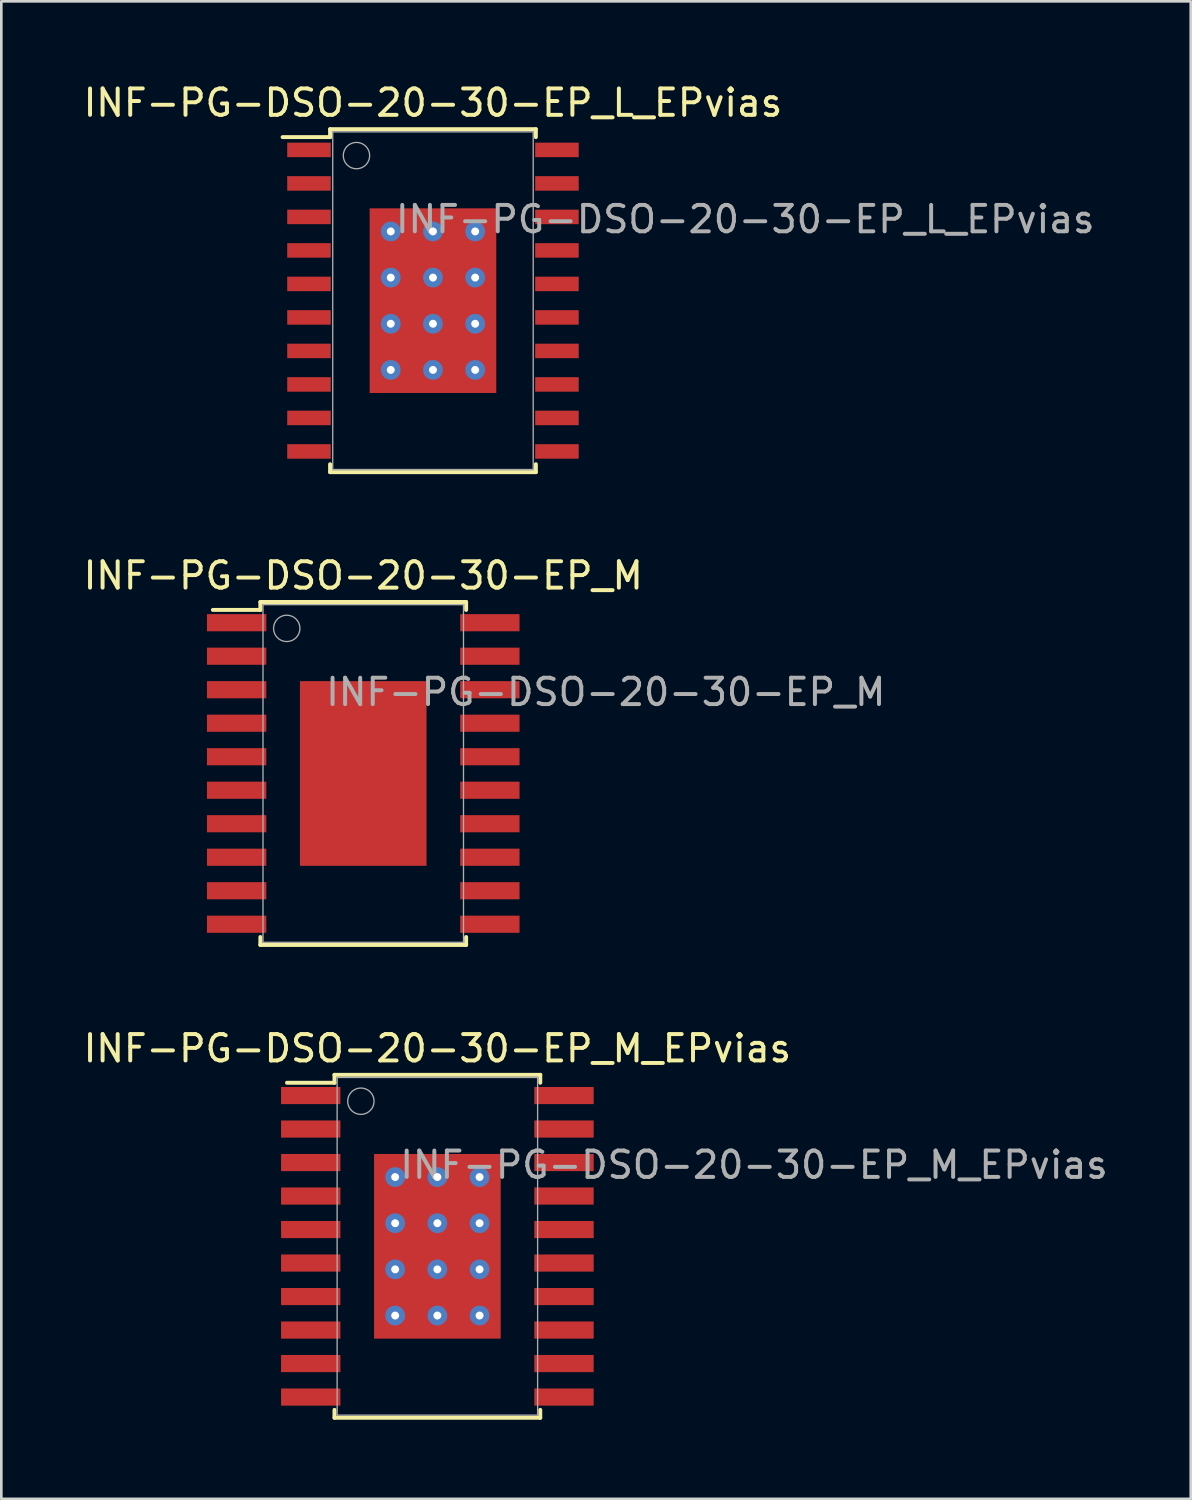
<source format=kicad_pcb>
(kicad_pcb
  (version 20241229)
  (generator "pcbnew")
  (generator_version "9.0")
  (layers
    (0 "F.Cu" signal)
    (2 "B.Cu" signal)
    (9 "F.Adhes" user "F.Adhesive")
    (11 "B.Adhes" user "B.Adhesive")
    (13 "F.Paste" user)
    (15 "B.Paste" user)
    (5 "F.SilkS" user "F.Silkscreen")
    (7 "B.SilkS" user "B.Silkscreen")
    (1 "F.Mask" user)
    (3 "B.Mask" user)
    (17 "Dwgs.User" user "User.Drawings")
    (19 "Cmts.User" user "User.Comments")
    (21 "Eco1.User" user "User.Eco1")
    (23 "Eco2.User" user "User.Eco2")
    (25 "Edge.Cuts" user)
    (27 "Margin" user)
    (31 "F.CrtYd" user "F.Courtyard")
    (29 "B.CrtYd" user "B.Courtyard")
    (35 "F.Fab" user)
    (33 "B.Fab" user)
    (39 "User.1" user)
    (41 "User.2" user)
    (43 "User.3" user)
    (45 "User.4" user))
  (footprint "INF-PG-DSO-20-30-EP_L_EPvias"
    (layer "F.Cu")
    (at 13.363 8.348)
    (property "Reference" "INF-PG-DSO-20-30-EP_L_EPvias" (at -1.5 -2.5 0) (layer "F.Fab") (effects (font (size 1 1) (thickness 0.15)) (justify left bottom)))
    (attr through_hole)
    (fp_line (start -5.7 -6.2) (end -3.9 -6.2) (stroke (width 0.15) (type solid)) (layer "F.SilkS"))
    (fp_line (start -3.9 -6.5) (end 3.9 -6.5) (stroke (width 0.15) (type solid)) (layer "F.SilkS"))
    (fp_line (start -3.9 -6.2) (end -3.9 -6.5) (stroke (width 0.15) (type solid)) (layer "F.SilkS"))
    (fp_line (start -3.9 6.2) (end -3.9 6.5) (stroke (width 0.15) (type solid)) (layer "F.SilkS"))
    (fp_line (start 3.9 -6.2) (end 3.9 -6.5) (stroke (width 0.15) (type solid)) (layer "F.SilkS"))
    (fp_line (start 3.9 6.2) (end 3.9 6.5) (stroke (width 0.15) (type solid)) (layer "F.SilkS"))
    (fp_line (start 3.9 6.5) (end -3.9 6.5) (stroke (width 0.15) (type solid)) (layer "F.SilkS"))
    (fp_line (start -3.8 -6.4) (end 3.8 -6.4) (stroke (width 0.05) (type solid)) (layer "F.Fab"))
    (fp_line (start -3.8 6.4) (end -3.8 -6.4) (stroke (width 0.05) (type solid)) (layer "F.Fab"))
    (fp_line (start 3.8 -6.4) (end 3.8 6.4) (stroke (width 0.05) (type solid)) (layer "F.Fab"))
    (fp_line (start 3.8 6.4) (end -3.8 6.4) (stroke (width 0.05) (type solid)) (layer "F.Fab"))
    (fp_circle (center -2.9 -5.5) (end -2.4 -5.5) (stroke (width 0.05) (type solid)) (fill no) (layer "F.Fab"))
    (fp_text user "${REFERENCE}" (at 0 -7.5 0) (layer "F.SilkS") (effects (font (size 1 1) (thickness 0.15))))
    (pad "1" smd rect (at -4.7 -5.715 90) (size 0.55 1.65) (layers "F.Cu" "F.Mask" "F.Paste"))
    (pad "2" smd rect (at -4.7 -4.445 90) (size 0.55 1.65) (layers "F.Cu" "F.Mask" "F.Paste"))
    (pad "3" smd rect (at -4.7 -3.175 90) (size 0.55 1.65) (layers "F.Cu" "F.Mask" "F.Paste"))
    (pad "4" smd rect (at -4.7 -1.905 90) (size 0.55 1.65) (layers "F.Cu" "F.Mask" "F.Paste"))
    (pad "5" smd rect (at -4.7 -0.635 90) (size 0.55 1.65) (layers "F.Cu" "F.Mask" "F.Paste"))
    (pad "6" smd rect (at -4.7 0.635 90) (size 0.55 1.65) (layers "F.Cu" "F.Mask" "F.Paste"))
    (pad "7" smd rect (at -4.7 1.905 90) (size 0.55 1.65) (layers "F.Cu" "F.Mask" "F.Paste"))
    (pad "8" smd rect (at -4.7 3.175 90) (size 0.55 1.65) (layers "F.Cu" "F.Mask" "F.Paste"))
    (pad "9" smd rect (at -4.7 4.445 90) (size 0.55 1.65) (layers "F.Cu" "F.Mask" "F.Paste"))
    (pad "10" smd rect (at -4.7 5.715 90) (size 0.55 1.65) (layers "F.Cu" "F.Mask" "F.Paste"))
    (pad "11" smd rect (at 4.7 5.715 90) (size 0.55 1.65) (layers "F.Cu" "F.Mask" "F.Paste"))
    (pad "12" smd rect (at 4.7 4.445 90) (size 0.55 1.65) (layers "F.Cu" "F.Mask" "F.Paste"))
    (pad "13" smd rect (at 4.7 3.175 90) (size 0.55 1.65) (layers "F.Cu" "F.Mask" "F.Paste"))
    (pad "14" smd rect (at 4.7 1.905 90) (size 0.55 1.65) (layers "F.Cu" "F.Mask" "F.Paste"))
    (pad "15" smd rect (at 4.7 0.635 90) (size 0.55 1.65) (layers "F.Cu" "F.Mask" "F.Paste"))
    (pad "16" smd rect (at 4.7 -0.635 90) (size 0.55 1.65) (layers "F.Cu" "F.Mask" "F.Paste"))
    (pad "17" smd rect (at 4.7 -1.905 90) (size 0.55 1.65) (layers "F.Cu" "F.Mask" "F.Paste"))
    (pad "18" smd rect (at 4.7 -3.175 90) (size 0.55 1.65) (layers "F.Cu" "F.Mask" "F.Paste"))
    (pad "19" smd rect (at 4.7 -4.445 90) (size 0.55 1.65) (layers "F.Cu" "F.Mask" "F.Paste"))
    (pad "20" smd rect (at 4.7 -5.715 90) (size 0.55 1.65) (layers "F.Cu" "F.Mask" "F.Paste"))
    (pad "21" thru_hole circle (at -1.6 -2.625) (size 0.75 0.75) (drill 0.3) (layers "*.Cu" "F.Mask"))
    (pad "21" thru_hole circle (at -1.6 -0.875) (size 0.75 0.75) (drill 0.3) (layers "*.Cu" "F.Mask"))
    (pad "21" thru_hole circle (at -1.6 0.875) (size 0.75 0.75) (drill 0.3) (layers "*.Cu" "F.Mask"))
    (pad "21" thru_hole circle (at -1.6 2.625) (size 0.75 0.75) (drill 0.3) (layers "*.Cu" "F.Mask"))
    (pad "21" thru_hole circle (at 0 -2.625) (size 0.75 0.75) (drill 0.3) (layers "*.Cu" "F.Mask"))
    (pad "21" thru_hole circle (at 0 -0.875) (size 0.75 0.75) (drill 0.3) (layers "*.Cu" "F.Mask"))
    (pad "21" smd rect (at 0 0) (size 4.8 7) (layers "F.Cu" "F.Mask" "F.Paste"))
    (pad "21" thru_hole circle (at 0 0.875) (size 0.75 0.75) (drill 0.3) (layers "*.Cu" "F.Mask"))
    (pad "21" thru_hole circle (at 0 2.625) (size 0.75 0.75) (drill 0.3) (layers "*.Cu" "F.Mask"))
    (pad "21" thru_hole circle (at 1.6 -2.625) (size 0.75 0.75) (drill 0.3) (layers "*.Cu" "F.Mask"))
    (pad "21" thru_hole circle (at 1.6 -0.875) (size 0.75 0.75) (drill 0.3) (layers "*.Cu" "F.Mask"))
    (pad "21" thru_hole circle (at 1.6 0.875) (size 0.75 0.75) (drill 0.3) (layers "*.Cu" "F.Mask"))
    (pad "21" thru_hole circle (at 1.6 2.625) (size 0.75 0.75) (drill 0.3) (layers "*.Cu" "F.Mask")))
  (footprint "INF-PG-DSO-20-30-EP_M"
    (layer "F.Cu")
    (at 10.72 26.271)
    (property "Reference" "INF-PG-DSO-20-30-EP_M" (at -1.5 -2.5 0) (layer "F.Fab") (effects (font (size 1 1) (thickness 0.15)) (justify left bottom)))
    (attr through_hole)
    (fp_line (start -5.7 -6.2) (end -3.9 -6.2) (stroke (width 0.15) (type solid)) (layer "F.SilkS"))
    (fp_line (start -3.9 -6.5) (end 3.9 -6.5) (stroke (width 0.15) (type solid)) (layer "F.SilkS"))
    (fp_line (start -3.9 -6.2) (end -3.9 -6.5) (stroke (width 0.15) (type solid)) (layer "F.SilkS"))
    (fp_line (start -3.9 6.2) (end -3.9 6.5) (stroke (width 0.15) (type solid)) (layer "F.SilkS"))
    (fp_line (start 3.9 -6.2) (end 3.9 -6.5) (stroke (width 0.15) (type solid)) (layer "F.SilkS"))
    (fp_line (start 3.9 6.2) (end 3.9 6.5) (stroke (width 0.15) (type solid)) (layer "F.SilkS"))
    (fp_line (start 3.9 6.5) (end -3.9 6.5) (stroke (width 0.15) (type solid)) (layer "F.SilkS"))
    (fp_line (start -3.8 -6.4) (end 3.8 -6.4) (stroke (width 0.05) (type solid)) (layer "F.Fab"))
    (fp_line (start -3.8 6.4) (end -3.8 -6.4) (stroke (width 0.05) (type solid)) (layer "F.Fab"))
    (fp_line (start 3.8 -6.4) (end 3.8 6.4) (stroke (width 0.05) (type solid)) (layer "F.Fab"))
    (fp_line (start 3.8 6.4) (end -3.8 6.4) (stroke (width 0.05) (type solid)) (layer "F.Fab"))
    (fp_circle (center -2.9 -5.5) (end -2.4 -5.5) (stroke (width 0.05) (type solid)) (fill no) (layer "F.Fab"))
    (fp_text user "${REFERENCE}" (at 0 -7.5 0) (layer "F.SilkS") (effects (font (size 1 1) (thickness 0.15))))
    (pad "1" smd rect (at -4.8 -5.715 90) (size 0.65 2.25) (layers "F.Cu" "F.Mask" "F.Paste"))
    (pad "2" smd rect (at -4.8 -4.445 90) (size 0.65 2.25) (layers "F.Cu" "F.Mask" "F.Paste"))
    (pad "3" smd rect (at -4.8 -3.175 90) (size 0.65 2.25) (layers "F.Cu" "F.Mask" "F.Paste"))
    (pad "4" smd rect (at -4.8 -1.905 90) (size 0.65 2.25) (layers "F.Cu" "F.Mask" "F.Paste"))
    (pad "5" smd rect (at -4.8 -0.635 90) (size 0.65 2.25) (layers "F.Cu" "F.Mask" "F.Paste"))
    (pad "6" smd rect (at -4.8 0.635 90) (size 0.65 2.25) (layers "F.Cu" "F.Mask" "F.Paste"))
    (pad "7" smd rect (at -4.8 1.905 90) (size 0.65 2.25) (layers "F.Cu" "F.Mask" "F.Paste"))
    (pad "8" smd rect (at -4.8 3.175 90) (size 0.65 2.25) (layers "F.Cu" "F.Mask" "F.Paste"))
    (pad "9" smd rect (at -4.8 4.445 90) (size 0.65 2.25) (layers "F.Cu" "F.Mask" "F.Paste"))
    (pad "10" smd rect (at -4.8 5.715 90) (size 0.65 2.25) (layers "F.Cu" "F.Mask" "F.Paste"))
    (pad "11" smd rect (at 4.8 5.715 90) (size 0.65 2.25) (layers "F.Cu" "F.Mask" "F.Paste"))
    (pad "12" smd rect (at 4.8 4.445 90) (size 0.65 2.25) (layers "F.Cu" "F.Mask" "F.Paste"))
    (pad "13" smd rect (at 4.8 3.175 90) (size 0.65 2.25) (layers "F.Cu" "F.Mask" "F.Paste"))
    (pad "14" smd rect (at 4.8 1.905 90) (size 0.65 2.25) (layers "F.Cu" "F.Mask" "F.Paste"))
    (pad "15" smd rect (at 4.8 0.635 90) (size 0.65 2.25) (layers "F.Cu" "F.Mask" "F.Paste"))
    (pad "16" smd rect (at 4.8 -0.635 90) (size 0.65 2.25) (layers "F.Cu" "F.Mask" "F.Paste"))
    (pad "17" smd rect (at 4.8 -1.905 90) (size 0.65 2.25) (layers "F.Cu" "F.Mask" "F.Paste"))
    (pad "18" smd rect (at 4.8 -3.175 90) (size 0.65 2.25) (layers "F.Cu" "F.Mask" "F.Paste"))
    (pad "19" smd rect (at 4.8 -4.445 90) (size 0.65 2.25) (layers "F.Cu" "F.Mask" "F.Paste"))
    (pad "20" smd rect (at 4.8 -5.715 90) (size 0.65 2.25) (layers "F.Cu" "F.Mask" "F.Paste"))
    (pad "21" smd rect (at 0 0) (size 4.8 7) (layers "F.Cu" "F.Mask" "F.Paste")))
  (footprint "INF-PG-DSO-20-30-EP_M_EPvias"
    (layer "F.Cu")
    (at 13.53 44.195)
    (property "Reference" "INF-PG-DSO-20-30-EP_M_EPvias" (at -1.5 -2.5 0) (layer "F.Fab") (effects (font (size 1 1) (thickness 0.15)) (justify left bottom)))
    (attr through_hole)
    (fp_line (start -5.7 -6.2) (end -3.9 -6.2) (stroke (width 0.15) (type solid)) (layer "F.SilkS"))
    (fp_line (start -3.9 -6.5) (end 3.9 -6.5) (stroke (width 0.15) (type solid)) (layer "F.SilkS"))
    (fp_line (start -3.9 -6.2) (end -3.9 -6.5) (stroke (width 0.15) (type solid)) (layer "F.SilkS"))
    (fp_line (start -3.9 6.2) (end -3.9 6.5) (stroke (width 0.15) (type solid)) (layer "F.SilkS"))
    (fp_line (start 3.9 -6.2) (end 3.9 -6.5) (stroke (width 0.15) (type solid)) (layer "F.SilkS"))
    (fp_line (start 3.9 6.2) (end 3.9 6.5) (stroke (width 0.15) (type solid)) (layer "F.SilkS"))
    (fp_line (start 3.9 6.5) (end -3.9 6.5) (stroke (width 0.15) (type solid)) (layer "F.SilkS"))
    (fp_line (start -3.8 -6.4) (end 3.8 -6.4) (stroke (width 0.05) (type solid)) (layer "F.Fab"))
    (fp_line (start -3.8 6.4) (end -3.8 -6.4) (stroke (width 0.05) (type solid)) (layer "F.Fab"))
    (fp_line (start 3.8 -6.4) (end 3.8 6.4) (stroke (width 0.05) (type solid)) (layer "F.Fab"))
    (fp_line (start 3.8 6.4) (end -3.8 6.4) (stroke (width 0.05) (type solid)) (layer "F.Fab"))
    (fp_circle (center -2.9 -5.5) (end -2.4 -5.5) (stroke (width 0.05) (type solid)) (fill no) (layer "F.Fab"))
    (fp_text user "${REFERENCE}" (at 0 -7.5 0) (layer "F.SilkS") (effects (font (size 1 1) (thickness 0.15))))
    (pad "1" smd rect (at -4.8 -5.715 90) (size 0.65 2.25) (layers "F.Cu" "F.Mask" "F.Paste"))
    (pad "2" smd rect (at -4.8 -4.445 90) (size 0.65 2.25) (layers "F.Cu" "F.Mask" "F.Paste"))
    (pad "3" smd rect (at -4.8 -3.175 90) (size 0.65 2.25) (layers "F.Cu" "F.Mask" "F.Paste"))
    (pad "4" smd rect (at -4.8 -1.905 90) (size 0.65 2.25) (layers "F.Cu" "F.Mask" "F.Paste"))
    (pad "5" smd rect (at -4.8 -0.635 90) (size 0.65 2.25) (layers "F.Cu" "F.Mask" "F.Paste"))
    (pad "6" smd rect (at -4.8 0.635 90) (size 0.65 2.25) (layers "F.Cu" "F.Mask" "F.Paste"))
    (pad "7" smd rect (at -4.8 1.905 90) (size 0.65 2.25) (layers "F.Cu" "F.Mask" "F.Paste"))
    (pad "8" smd rect (at -4.8 3.175 90) (size 0.65 2.25) (layers "F.Cu" "F.Mask" "F.Paste"))
    (pad "9" smd rect (at -4.8 4.445 90) (size 0.65 2.25) (layers "F.Cu" "F.Mask" "F.Paste"))
    (pad "10" smd rect (at -4.8 5.715 90) (size 0.65 2.25) (layers "F.Cu" "F.Mask" "F.Paste"))
    (pad "11" smd rect (at 4.8 5.715 90) (size 0.65 2.25) (layers "F.Cu" "F.Mask" "F.Paste"))
    (pad "12" smd rect (at 4.8 4.445 90) (size 0.65 2.25) (layers "F.Cu" "F.Mask" "F.Paste"))
    (pad "13" smd rect (at 4.8 3.175 90) (size 0.65 2.25) (layers "F.Cu" "F.Mask" "F.Paste"))
    (pad "14" smd rect (at 4.8 1.905 90) (size 0.65 2.25) (layers "F.Cu" "F.Mask" "F.Paste"))
    (pad "15" smd rect (at 4.8 0.635 90) (size 0.65 2.25) (layers "F.Cu" "F.Mask" "F.Paste"))
    (pad "16" smd rect (at 4.8 -0.635 90) (size 0.65 2.25) (layers "F.Cu" "F.Mask" "F.Paste"))
    (pad "17" smd rect (at 4.8 -1.905 90) (size 0.65 2.25) (layers "F.Cu" "F.Mask" "F.Paste"))
    (pad "18" smd rect (at 4.8 -3.175 90) (size 0.65 2.25) (layers "F.Cu" "F.Mask" "F.Paste"))
    (pad "19" smd rect (at 4.8 -4.445 90) (size 0.65 2.25) (layers "F.Cu" "F.Mask" "F.Paste"))
    (pad "20" smd rect (at 4.8 -5.715 90) (size 0.65 2.25) (layers "F.Cu" "F.Mask" "F.Paste"))
    (pad "21" thru_hole circle (at -1.6 -2.625) (size 0.75 0.75) (drill 0.3) (layers "*.Cu" "F.Mask"))
    (pad "21" thru_hole circle (at -1.6 -0.875) (size 0.75 0.75) (drill 0.3) (layers "*.Cu" "F.Mask"))
    (pad "21" thru_hole circle (at -1.6 0.875) (size 0.75 0.75) (drill 0.3) (layers "*.Cu" "F.Mask"))
    (pad "21" thru_hole circle (at -1.6 2.625) (size 0.75 0.75) (drill 0.3) (layers "*.Cu" "F.Mask"))
    (pad "21" thru_hole circle (at 0 -2.625) (size 0.75 0.75) (drill 0.3) (layers "*.Cu" "F.Mask"))
    (pad "21" thru_hole circle (at 0 -0.875) (size 0.75 0.75) (drill 0.3) (layers "*.Cu" "F.Mask"))
    (pad "21" smd rect (at 0 0) (size 4.8 7) (layers "F.Cu" "F.Mask" "F.Paste"))
    (pad "21" thru_hole circle (at 0 0.875) (size 0.75 0.75) (drill 0.3) (layers "*.Cu" "F.Mask"))
    (pad "21" thru_hole circle (at 0 2.625) (size 0.75 0.75) (drill 0.3) (layers "*.Cu" "F.Mask"))
    (pad "21" thru_hole circle (at 1.6 -2.625) (size 0.75 0.75) (drill 0.3) (layers "*.Cu" "F.Mask"))
    (pad "21" thru_hole circle (at 1.6 -0.875) (size 0.75 0.75) (drill 0.3) (layers "*.Cu" "F.Mask"))
    (pad "21" thru_hole circle (at 1.6 0.875) (size 0.75 0.75) (drill 0.3) (layers "*.Cu" "F.Mask"))
    (pad "21" thru_hole circle (at 1.6 2.625) (size 0.75 0.75) (drill 0.3) (layers "*.Cu" "F.Mask")))
  (gr_rect
    (start -3 -3)
    (end 42.089 53.77)
    (stroke (width 0.1) (type default))
    (fill no)
    (layer "Edge.Cuts")))
</source>
